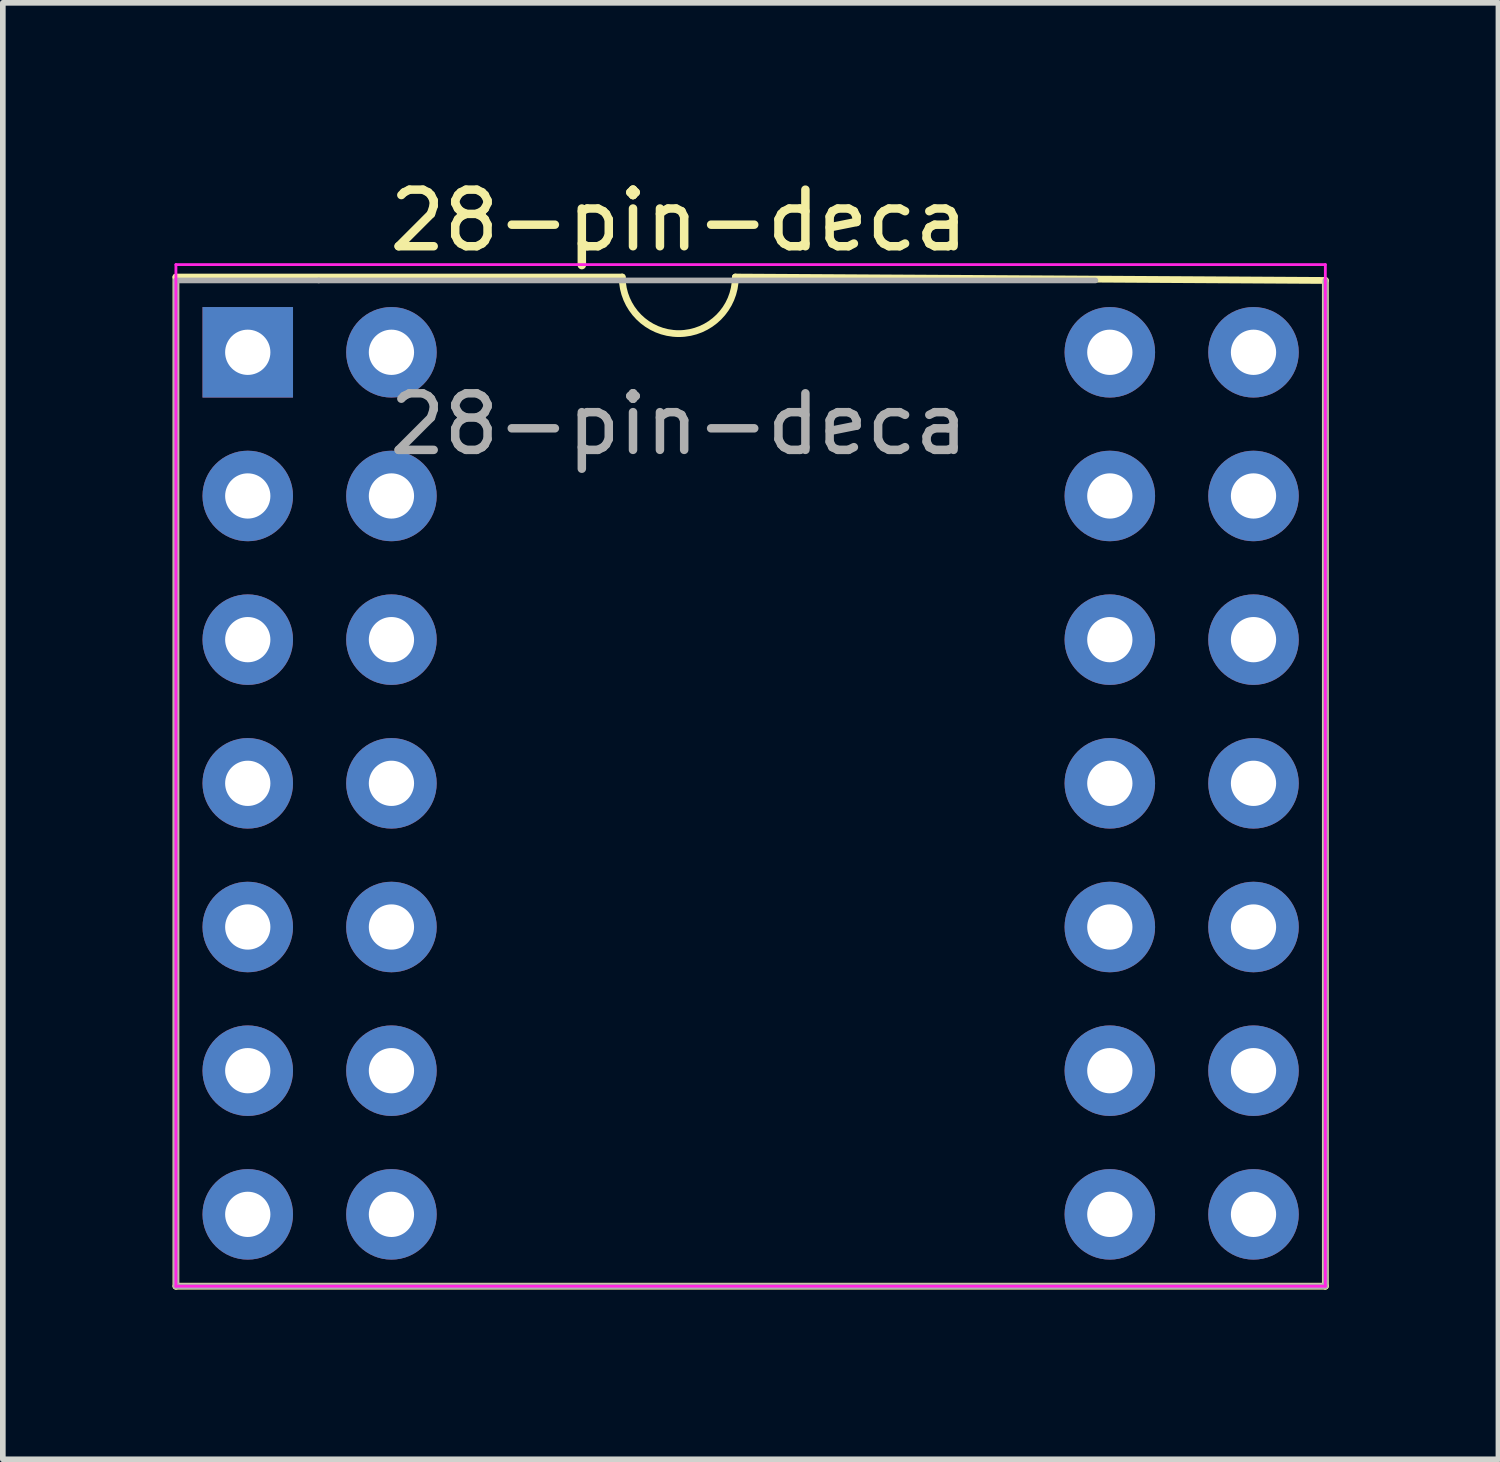
<source format=kicad_pcb>
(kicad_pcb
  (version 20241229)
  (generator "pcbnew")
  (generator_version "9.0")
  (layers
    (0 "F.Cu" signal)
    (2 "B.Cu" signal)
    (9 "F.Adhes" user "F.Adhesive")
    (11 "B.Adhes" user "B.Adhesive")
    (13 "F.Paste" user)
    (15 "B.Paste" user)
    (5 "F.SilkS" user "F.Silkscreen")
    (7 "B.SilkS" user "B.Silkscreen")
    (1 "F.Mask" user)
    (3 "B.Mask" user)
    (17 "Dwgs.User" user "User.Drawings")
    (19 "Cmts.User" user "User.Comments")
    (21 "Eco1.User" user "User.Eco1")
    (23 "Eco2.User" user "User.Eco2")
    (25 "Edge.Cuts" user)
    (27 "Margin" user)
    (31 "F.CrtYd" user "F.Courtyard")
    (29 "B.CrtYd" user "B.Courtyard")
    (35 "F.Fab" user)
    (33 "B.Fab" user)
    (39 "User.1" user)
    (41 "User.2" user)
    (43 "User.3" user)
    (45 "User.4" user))
  (footprint "28-pin-deca"
    (layer "F.Cu")
    (at 1.33 3.178)
    (property "Reference" "28-pin-deca" (at 7.62 -2.33 180) (layer "F.SilkS") (effects (font (size 1 1) (thickness 0.15))))
    (attr through_hole)
    (fp_line (start -1.27 -1.33) (end -1.27 16.51) (stroke (width 0.12) (type solid)) (layer "F.SilkS"))
    (fp_line (start -1.27 16.51) (end 19.05 16.51) (stroke (width 0.12) (type solid)) (layer "F.SilkS"))
    (fp_line (start 6.62 -1.33) (end -1.27 -1.33) (stroke (width 0.12) (type solid)) (layer "F.SilkS"))
    (fp_line (start 19.05 -1.27) (end 8.62 -1.33) (stroke (width 0.12) (type solid)) (layer "F.SilkS"))
    (fp_line (start 19.05 16.51) (end 19.05 -1.27) (stroke (width 0.12) (type solid)) (layer "F.SilkS"))
    (fp_arc (start 8.62 -1.33) (mid 7.62 -0.33) (end 6.62 -1.33) (stroke (width 0.12) (type solid)) (layer "F.SilkS"))
    (fp_line (start -1.27 -1.55) (end -1.27 16.51) (stroke (width 0.05) (type solid)) (layer "F.CrtYd"))
    (fp_line (start -1.27 16.51) (end 19.05 16.51) (stroke (width 0.05) (type solid)) (layer "F.CrtYd"))
    (fp_line (start 19.05 -1.55) (end -1.27 -1.55) (stroke (width 0.05) (type solid)) (layer "F.CrtYd"))
    (fp_line (start 19.05 16.51) (end 19.05 -1.55) (stroke (width 0.05) (type solid)) (layer "F.CrtYd"))
    (fp_line (start -1.27 -1.27) (end 1.255 -1.27) (stroke (width 0.1) (type solid)) (layer "F.Fab"))
    (fp_line (start -1.27 16.51) (end -1.27 -1.27) (stroke (width 0.1) (type solid)) (layer "F.Fab"))
    (fp_line (start 1.255 -1.27) (end 14.985 -1.27) (stroke (width 0.1) (type solid)) (layer "F.Fab"))
    (fp_line (start 19.05 -1.27) (end 19.05 16.51) (stroke (width 0.1) (type solid)) (layer "F.Fab"))
    (fp_line (start 19.05 16.51) (end -1.27 16.51) (stroke (width 0.1) (type solid)) (layer "F.Fab"))
    (fp_text user "${REFERENCE}" (at 7.62 1.27 180) (layer "F.Fab") (effects (font (size 1 1) (thickness 0.15))))
    (pad "1" thru_hole rect (at 0 0) (size 1.6 1.6) (drill 0.8) (layers "*.Cu" "*.Mask"))
    (pad "2" thru_hole oval (at 2.54 0) (size 1.6 1.6) (drill 0.8) (layers "*.Cu" "*.Mask"))
    (pad "3" thru_hole oval (at 0 2.54) (size 1.6 1.6) (drill 0.8) (layers "*.Cu" "*.Mask"))
    (pad "4" thru_hole oval (at 2.54 2.54) (size 1.6 1.6) (drill 0.8) (layers "*.Cu" "*.Mask"))
    (pad "5" thru_hole oval (at 0 5.08) (size 1.6 1.6) (drill 0.8) (layers "*.Cu" "*.Mask"))
    (pad "6" thru_hole oval (at 2.54 5.08) (size 1.6 1.6) (drill 0.8) (layers "*.Cu" "*.Mask"))
    (pad "7" thru_hole oval (at 0 7.62) (size 1.6 1.6) (drill 0.8) (layers "*.Cu" "*.Mask"))
    (pad "8" thru_hole oval (at 2.54 7.62) (size 1.6 1.6) (drill 0.8) (layers "*.Cu" "*.Mask"))
    (pad "9" thru_hole oval (at 0 10.16) (size 1.6 1.6) (drill 0.8) (layers "*.Cu" "*.Mask"))
    (pad "10" thru_hole oval (at 2.54 10.16) (size 1.6 1.6) (drill 0.8) (layers "*.Cu" "*.Mask"))
    (pad "11" thru_hole oval (at 0 12.7) (size 1.6 1.6) (drill 0.8) (layers "*.Cu" "*.Mask"))
    (pad "12" thru_hole oval (at 2.54 12.7) (size 1.6 1.6) (drill 0.8) (layers "*.Cu" "*.Mask"))
    (pad "13" thru_hole oval (at 0 15.24) (size 1.6 1.6) (drill 0.8) (layers "*.Cu" "*.Mask"))
    (pad "14" thru_hole oval (at 2.54 15.24) (size 1.6 1.6) (drill 0.8) (layers "*.Cu" "*.Mask"))
    (pad "15" thru_hole oval (at 15.24 15.24) (size 1.6 1.6) (drill 0.8) (layers "*.Cu" "*.Mask"))
    (pad "16" thru_hole oval (at 17.78 15.24) (size 1.6 1.6) (drill 0.8) (layers "*.Cu" "*.Mask"))
    (pad "17" thru_hole oval (at 15.24 12.7) (size 1.6 1.6) (drill 0.8) (layers "*.Cu" "*.Mask"))
    (pad "18" thru_hole oval (at 17.78 12.7) (size 1.6 1.6) (drill 0.8) (layers "*.Cu" "*.Mask"))
    (pad "19" thru_hole oval (at 15.24 10.16) (size 1.6 1.6) (drill 0.8) (layers "*.Cu" "*.Mask"))
    (pad "20" thru_hole oval (at 17.78 10.16) (size 1.6 1.6) (drill 0.8) (layers "*.Cu" "*.Mask"))
    (pad "21" thru_hole oval (at 15.24 7.62) (size 1.6 1.6) (drill 0.8) (layers "*.Cu" "*.Mask"))
    (pad "22" thru_hole oval (at 17.78 7.62) (size 1.6 1.6) (drill 0.8) (layers "*.Cu" "*.Mask"))
    (pad "23" thru_hole oval (at 15.24 5.08) (size 1.6 1.6) (drill 0.8) (layers "*.Cu" "*.Mask"))
    (pad "24" thru_hole oval (at 17.78 5.08) (size 1.6 1.6) (drill 0.8) (layers "*.Cu" "*.Mask"))
    (pad "25" thru_hole oval (at 15.24 2.54) (size 1.6 1.6) (drill 0.8) (layers "*.Cu" "*.Mask"))
    (pad "26" thru_hole oval (at 17.78 2.54) (size 1.6 1.6) (drill 0.8) (layers "*.Cu" "*.Mask"))
    (pad "27" thru_hole oval (at 15.24 0) (size 1.6 1.6) (drill 0.8) (layers "*.Cu" "*.Mask"))
    (pad "28" thru_hole oval (at 17.78 0) (size 1.6 1.6) (drill 0.8) (layers "*.Cu" "*.Mask")))
  (gr_rect
    (start -3 -3)
    (end 23.44 22.748)
    (stroke (width 0.1) (type default))
    (fill no)
    (layer "Edge.Cuts")))
</source>
